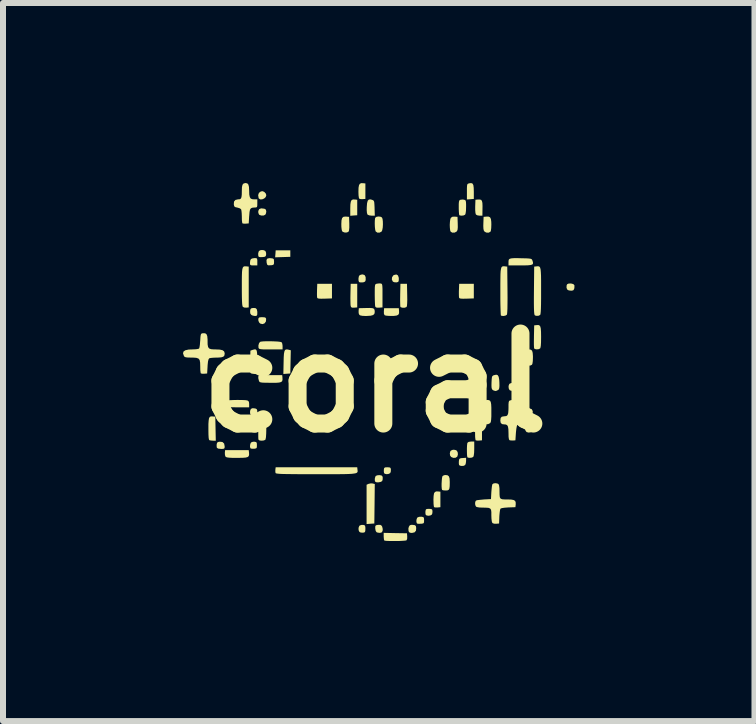
<source format=kicad_pcb>
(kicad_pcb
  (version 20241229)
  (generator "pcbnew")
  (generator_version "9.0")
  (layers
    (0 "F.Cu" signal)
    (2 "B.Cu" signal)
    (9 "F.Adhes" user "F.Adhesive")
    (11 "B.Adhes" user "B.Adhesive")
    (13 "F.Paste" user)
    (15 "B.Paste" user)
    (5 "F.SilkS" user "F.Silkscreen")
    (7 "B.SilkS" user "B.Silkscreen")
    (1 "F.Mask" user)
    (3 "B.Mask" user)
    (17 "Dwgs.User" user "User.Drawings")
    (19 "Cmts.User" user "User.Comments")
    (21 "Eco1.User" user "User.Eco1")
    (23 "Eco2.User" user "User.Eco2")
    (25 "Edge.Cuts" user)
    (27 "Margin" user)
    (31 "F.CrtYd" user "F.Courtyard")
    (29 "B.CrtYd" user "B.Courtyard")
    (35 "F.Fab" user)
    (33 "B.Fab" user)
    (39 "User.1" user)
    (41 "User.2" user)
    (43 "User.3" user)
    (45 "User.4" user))
  (footprint "coral"
    (layer "F.Cu")
    (at 3.195 3.33)
    (property "Reference" "coral" (at 0 0 0) (layer "F.SilkS") (effects (font (size 1.5 1.5) (thickness 0.3))))
    (attr board_only exclude_from_pos_files exclude_from_bom)
    (fp_poly (pts (xy -1.407 -2.154) (xy -1.407 -2.1) (xy -1.533 -2.096) (xy -1.66 -2.092) (xy -1.655 -2.15) (xy -1.651 -2.208) (xy -1.529 -2.208) (xy -1.407 -2.208)) (stroke (width 0) (type solid)) (fill yes) (layer "F.SilkS"))
    (fp_poly (pts (xy -0.035 1.677) (xy 0.000481 1.686) (xy -0.003 2.015) (xy -0.007 2.344) (xy -0.071 2.348) (xy -0.136 2.353) (xy -0.136 2.025) (xy -0.136 1.698) (xy -0.103 1.683) (xy -0.064 1.675)) (stroke (width 0) (type solid)) (fill yes) (layer "F.SilkS"))
    (fp_poly (pts (xy -0.33 -3.055) (xy -0.292 -3.051) (xy -0.292 -2.922) (xy -0.292 -2.793) (xy -0.35 -2.789) (xy -0.408 -2.784) (xy -0.408 -2.906) (xy -0.406 -2.974) (xy -0.399 -3.019) (xy -0.386 -3.045) (xy -0.363 -3.056)) (stroke (width 0) (type solid)) (fill yes) (layer "F.SilkS"))
    (fp_poly (pts (xy 2.599 0.702) (xy 2.628 0.727) (xy 2.636 0.759) (xy 2.627 0.801) (xy 2.599 0.824) (xy 2.566 0.829) (xy 2.53 0.82) (xy 2.512 0.796) (xy 2.502 0.754) (xy 2.51 0.718) (xy 2.532 0.697) (xy 2.549 0.693)) (stroke (width 0) (type solid)) (fill yes) (layer "F.SilkS"))
    (fp_poly (pts (xy -1.99 0.427) (xy -1.968 0.437) (xy -1.959 0.457) (xy -1.957 0.49) (xy -1.957 0.544) (xy -2.012 0.544) (xy -2.054 0.539) (xy -2.074 0.525) (xy -2.074 0.524) (xy -2.078 0.497) (xy -2.077 0.467) (xy -2.064 0.434) (xy -2.035 0.422)) (stroke (width 0) (type solid)) (fill yes) (layer "F.SilkS"))
    (fp_poly (pts (xy -1.841 -3.182) (xy -1.816 -3.155) (xy -1.807 -3.126) (xy -1.818 -3.095) (xy -1.843 -3.072) (xy -1.876 -3.058) (xy -1.908 -3.057) (xy -1.931 -3.072) (xy -1.935 -3.079) (xy -1.943 -3.128) (xy -1.93 -3.166) (xy -1.899 -3.189) (xy -1.871 -3.194)) (stroke (width 0) (type solid)) (fill yes) (layer "F.SilkS"))
    (fp_poly (pts (xy -1.452 -0.556) (xy -1.435 -0.552) (xy -1.399 -0.543) (xy -1.403 -0.35) (xy -1.407 -0.156) (xy -1.465 -0.152) (xy -1.523 -0.148) (xy -1.519 -0.341) (xy -1.517 -0.425) (xy -1.513 -0.485) (xy -1.505 -0.525) (xy -1.494 -0.548) (xy -1.476 -0.557)) (stroke (width 0) (type solid)) (fill yes) (layer "F.SilkS"))
    (fp_poly (pts (xy 1.359 1.123) (xy 1.381 1.152) (xy 1.386 1.19) (xy 1.376 1.228) (xy 1.348 1.248) (xy 1.309 1.25) (xy 1.274 1.236) (xy 1.256 1.212) (xy 1.251 1.176) (xy 1.259 1.142) (xy 1.267 1.131) (xy 1.292 1.118) (xy 1.318 1.114)) (stroke (width 0) (type solid)) (fill yes) (layer "F.SilkS"))
    (fp_poly (pts (xy -1.84 -2.902) (xy -1.815 -2.888) (xy -1.808 -2.858) (xy -1.807 -2.856) (xy -1.813 -2.823) (xy -1.824 -2.802) (xy -1.853 -2.788) (xy -1.891 -2.788) (xy -1.923 -2.8) (xy -1.929 -2.806) (xy -1.94 -2.833) (xy -1.941 -2.863) (xy -1.926 -2.895) (xy -1.893 -2.908)) (stroke (width 0) (type solid)) (fill yes) (layer "F.SilkS"))
    (fp_poly (pts (xy -0.713 -1.529) (xy -0.713 -1.407) (xy -0.833 -1.403) (xy -0.894 -1.402) (xy -0.932 -1.404) (xy -0.953 -1.41) (xy -0.959 -1.417) (xy -0.962 -1.439) (xy -0.963 -1.48) (xy -0.962 -1.532) (xy -0.962 -1.544) (xy -0.958 -1.651) (xy -0.836 -1.651) (xy -0.713 -1.651)) (stroke (width 0) (type solid)) (fill yes) (layer "F.SilkS"))
    (fp_poly (pts (xy -0.292 -1.454) (xy -0.292 -1.257) (xy -0.343 -1.253) (xy -0.377 -1.253) (xy -0.394 -1.262) (xy -0.401 -1.28) (xy -0.404 -1.305) (xy -0.405 -1.351) (xy -0.406 -1.412) (xy -0.405 -1.48) (xy -0.405 -1.481) (xy -0.401 -1.651) (xy -0.347 -1.651) (xy -0.292 -1.651)) (stroke (width 0) (type solid)) (fill yes) (layer "F.SilkS"))
    (fp_poly (pts (xy -0.194 -3.327) (xy -0.156 -3.323) (xy -0.156 -3.194) (xy -0.156 -3.065) (xy -0.197 -3.062) (xy -0.232 -3.062) (xy -0.255 -3.066) (xy -0.264 -3.083) (xy -0.27 -3.123) (xy -0.272 -3.186) (xy -0.27 -3.252) (xy -0.262 -3.295) (xy -0.247 -3.319) (xy -0.222 -3.328)) (stroke (width 0) (type solid)) (fill yes) (layer "F.SilkS"))
    (fp_poly (pts (xy 0.387 -1.79) (xy 0.4 -1.752) (xy 0.401 -1.731) (xy 0.399 -1.697) (xy 0.389 -1.681) (xy 0.365 -1.675) (xy 0.36 -1.674) (xy 0.325 -1.677) (xy 0.302 -1.687) (xy 0.285 -1.721) (xy 0.288 -1.758) (xy 0.308 -1.789) (xy 0.32 -1.797) (xy 0.36 -1.806)) (stroke (width 0) (type solid)) (fill yes) (layer "F.SilkS"))
    (fp_poly (pts (xy 1.651 -1.529) (xy 1.651 -1.407) (xy 1.532 -1.403) (xy 1.471 -1.402) (xy 1.432 -1.404) (xy 1.412 -1.41) (xy 1.406 -1.417) (xy 1.403 -1.439) (xy 1.402 -1.48) (xy 1.402 -1.532) (xy 1.403 -1.544) (xy 1.407 -1.651) (xy 1.529 -1.651) (xy 1.651 -1.651)) (stroke (width 0) (type solid)) (fill yes) (layer "F.SilkS"))
    (fp_poly (pts (xy 2.615 0.438) (xy 2.633 0.47) (xy 2.631 0.508) (xy 2.623 0.53) (xy 2.606 0.541) (xy 2.573 0.544) (xy 2.561 0.544) (xy 2.524 0.542) (xy 2.506 0.535) (xy 2.501 0.518) (xy 2.501 0.505) (xy 2.51 0.458) (xy 2.535 0.43) (xy 2.575 0.424)) (stroke (width 0) (type solid)) (fill yes) (layer "F.SilkS"))
    (fp_poly (pts (xy -2.527 0.43) (xy -2.51 0.439) (xy -2.504 0.464) (xy -2.503 0.474) (xy -2.505 0.513) (xy -2.524 0.535) (xy -2.563 0.543) (xy -2.579 0.543) (xy -2.617 0.537) (xy -2.632 0.522) (xy -2.634 0.493) (xy -2.628 0.464) (xy -2.615 0.44) (xy -2.594 0.43) (xy -2.561 0.428)) (stroke (width 0) (type solid)) (fill yes) (layer "F.SilkS"))
    (fp_poly (pts (xy -1.989 -1.246) (xy -1.967 -1.229) (xy -1.958 -1.192) (xy -1.957 -1.165) (xy -1.959 -1.132) (xy -1.969 -1.118) (xy -1.993 -1.114) (xy -1.995 -1.114) (xy -2.033 -1.121) (xy -2.057 -1.132) (xy -2.075 -1.158) (xy -2.077 -1.197) (xy -2.071 -1.229) (xy -2.055 -1.243) (xy -2.026 -1.248)) (stroke (width 0) (type solid)) (fill yes) (layer "F.SilkS"))
    (fp_poly (pts (xy -1.837 -1.092) (xy -1.818 -1.084) (xy -1.81 -1.067) (xy -1.81 -1.064) (xy -1.814 -1.022) (xy -1.836 -0.992) (xy -1.868 -0.979) (xy -1.904 -0.986) (xy -1.923 -1.001) (xy -1.938 -1.031) (xy -1.941 -1.058) (xy -1.936 -1.08) (xy -1.921 -1.091) (xy -1.891 -1.094) (xy -1.875 -1.094)) (stroke (width 0) (type solid)) (fill yes) (layer "F.SilkS"))
    (fp_poly (pts (xy 0.405 -1.198) (xy 0.405 -1.159) (xy 0.392 -1.134) (xy 0.363 -1.121) (xy 0.313 -1.115) (xy 0.28 -1.115) (xy 0.23 -1.116) (xy 0.189 -1.12) (xy 0.166 -1.126) (xy 0.166 -1.126) (xy 0.153 -1.149) (xy 0.152 -1.191) (xy 0.156 -1.244) (xy 0.279 -1.244) (xy 0.401 -1.244)) (stroke (width 0) (type solid)) (fill yes) (layer "F.SilkS"))
    (fp_poly (pts (xy 1.629 -3.321) (xy 1.643 -3.296) (xy 1.649 -3.252) (xy 1.651 -3.185) (xy 1.651 -3.065) (xy 1.593 -3.06) (xy 1.536 -3.056) (xy 1.536 -3.186) (xy 1.536 -3.246) (xy 1.538 -3.284) (xy 1.542 -3.306) (xy 1.551 -3.317) (xy 1.566 -3.323) (xy 1.572 -3.325) (xy 1.606 -3.329)) (stroke (width 0) (type solid)) (fill yes) (layer "F.SilkS"))
    (fp_poly (pts (xy 2.348 0.065) (xy 2.345 0.104) (xy 2.336 0.123) (xy 2.319 0.131) (xy 2.303 0.133) (xy 2.269 0.131) (xy 2.246 0.12) (xy 2.232 0.09) (xy 2.23 0.052) (xy 2.242 0.02) (xy 2.245 0.016) (xy 2.269 0.005) (xy 2.305 0.00001) (xy 2.307 0) (xy 2.353 0)) (stroke (width 0) (type solid)) (fill yes) (layer "F.SilkS"))
    (fp_poly (pts (xy 3.309 -1.646) (xy 3.328 -1.625) (xy 3.327 -1.586) (xy 3.324 -1.569) (xy 3.312 -1.545) (xy 3.287 -1.536) (xy 3.271 -1.536) (xy 3.235 -1.54) (xy 3.21 -1.552) (xy 3.21 -1.552) (xy 3.196 -1.583) (xy 3.197 -1.621) (xy 3.205 -1.642) (xy 3.228 -1.654) (xy 3.27 -1.656)) (stroke (width 0) (type solid)) (fill yes) (layer "F.SilkS"))
    (fp_poly (pts (xy -2.538 0.986) (xy -2.51 1.012) (xy -2.501 1.059) (xy -2.501 1.063) (xy -2.503 1.086) (xy -2.513 1.097) (xy -2.541 1.101) (xy -2.562 1.101) (xy -2.609 1.096) (xy -2.63 1.083) (xy -2.631 1.082) (xy -2.635 1.054) (xy -2.634 1.024) (xy -2.627 0.997) (xy -2.608 0.985) (xy -2.583 0.981)) (stroke (width 0) (type solid)) (fill yes) (layer "F.SilkS"))
    (fp_poly (pts (xy -1.974 -2.078) (xy -1.961 -2.068) (xy -1.957 -2.044) (xy -1.957 -2.018) (xy -1.957 -1.957) (xy -2.018 -1.957) (xy -2.056 -1.958) (xy -2.074 -1.965) (xy -2.079 -1.983) (xy -2.079 -2.002) (xy -2.075 -2.038) (xy -2.063 -2.063) (xy -2.063 -2.063) (xy -2.039 -2.074) (xy -2.003 -2.079) (xy -2.002 -2.079)) (stroke (width 0) (type solid)) (fill yes) (layer "F.SilkS"))
    (fp_poly (pts (xy -1.731 -2.077) (xy -1.697 -2.072) (xy -1.682 -2.061) (xy -1.679 -2.035) (xy -1.678 -2.018) (xy -1.68 -1.984) (xy -1.689 -1.968) (xy -1.713 -1.961) (xy -1.735 -1.96) (xy -1.772 -1.958) (xy -1.79 -1.966) (xy -1.798 -1.988) (xy -1.802 -2.005) (xy -1.804 -2.047) (xy -1.791 -2.07) (xy -1.757 -2.078)) (stroke (width 0) (type solid)) (fill yes) (layer "F.SilkS"))
    (fp_poly (pts (xy -0.171 2.372) (xy -0.16 2.386) (xy -0.156 2.415) (xy -0.156 2.432) (xy -0.158 2.469) (xy -0.165 2.488) (xy -0.184 2.495) (xy -0.197 2.497) (xy -0.232 2.495) (xy -0.255 2.485) (xy -0.269 2.455) (xy -0.27 2.417) (xy -0.258 2.385) (xy -0.252 2.379) (xy -0.225 2.368) (xy -0.194 2.367)) (stroke (width 0) (type solid)) (fill yes) (layer "F.SilkS"))
    (fp_poly (pts (xy -0.169 -1.796) (xy -0.152 -1.764) (xy -0.151 -1.712) (xy -0.152 -1.71) (xy -0.161 -1.688) (xy -0.184 -1.677) (xy -0.204 -1.674) (xy -0.239 -1.674) (xy -0.261 -1.679) (xy -0.262 -1.68) (xy -0.27 -1.703) (xy -0.271 -1.739) (xy -0.265 -1.773) (xy -0.255 -1.791) (xy -0.23 -1.803) (xy -0.201 -1.807)) (stroke (width 0) (type solid)) (fill yes) (layer "F.SilkS"))
    (fp_poly (pts (xy 0.084 1.538) (xy 0.116 1.545) (xy 0.13 1.562) (xy 0.133 1.581) (xy 0.131 1.616) (xy 0.122 1.638) (xy 0.098 1.651) (xy 0.063 1.658) (xy 0.028 1.657) (xy 0.009 1.649) (xy 0.000456 1.625) (xy 0.002 1.59) (xy 0.012 1.559) (xy 0.019 1.55) (xy 0.046 1.54) (xy 0.083 1.538)) (stroke (width 0) (type solid)) (fill yes) (layer "F.SilkS"))
    (fp_poly (pts (xy 0.246 1.409) (xy 0.263 1.418) (xy 0.269 1.441) (xy 0.269 1.445) (xy 0.267 1.48) (xy 0.258 1.503) (xy 0.233 1.517) (xy 0.2 1.522) (xy 0.169 1.516) (xy 0.155 1.503) (xy 0.151 1.476) (xy 0.152 1.445) (xy 0.157 1.42) (xy 0.172 1.409) (xy 0.204 1.407) (xy 0.211 1.407)) (stroke (width 0) (type solid)) (fill yes) (layer "F.SilkS"))
    (fp_poly (pts (xy 0.635 2.367) (xy 0.669 2.372) (xy 0.685 2.386) (xy 0.69 2.415) (xy 0.691 2.417) (xy 0.687 2.463) (xy 0.664 2.491) (xy 0.621 2.501) (xy 0.617 2.501) (xy 0.584 2.497) (xy 0.568 2.481) (xy 0.563 2.466) (xy 0.561 2.426) (xy 0.569 2.397) (xy 0.584 2.374) (xy 0.607 2.366)) (stroke (width 0) (type solid)) (fill yes) (layer "F.SilkS"))
    (fp_poly (pts (xy 0.939 2.102) (xy 0.956 2.111) (xy 0.962 2.134) (xy 0.962 2.138) (xy 0.96 2.173) (xy 0.951 2.196) (xy 0.926 2.21) (xy 0.893 2.215) (xy 0.862 2.209) (xy 0.848 2.196) (xy 0.844 2.169) (xy 0.845 2.138) (xy 0.851 2.113) (xy 0.865 2.102) (xy 0.898 2.1) (xy 0.904 2.1)) (stroke (width 0) (type solid)) (fill yes) (layer "F.SilkS"))
    (fp_poly (pts (xy 1.056 1.81) (xy 1.094 1.814) (xy 1.094 1.943) (xy 1.094 2.072) (xy 1.046 2.077) (xy 1.011 2.077) (xy 0.99 2.072) (xy 0.988 2.071) (xy 0.984 2.054) (xy 0.98 2.016) (xy 0.979 1.966) (xy 0.978 1.95) (xy 0.981 1.884) (xy 0.988 1.841) (xy 1.004 1.818) (xy 1.029 1.809)) (stroke (width 0) (type solid)) (fill yes) (layer "F.SilkS"))
    (fp_poly (pts (xy 1.522 1.301) (xy 1.518 1.339) (xy 1.508 1.367) (xy 1.506 1.37) (xy 1.48 1.383) (xy 1.446 1.385) (xy 1.417 1.379) (xy 1.405 1.367) (xy 1.401 1.341) (xy 1.402 1.304) (xy 1.402 1.303) (xy 1.407 1.274) (xy 1.42 1.26) (xy 1.448 1.254) (xy 1.464 1.253) (xy 1.522 1.249)) (stroke (width 0) (type solid)) (fill yes) (layer "F.SilkS"))
    (fp_poly (pts (xy 1.749 0.696) (xy 1.787 0.7) (xy 1.787 0.829) (xy 1.787 0.958) (xy 1.739 0.962) (xy 1.704 0.962) (xy 1.683 0.958) (xy 1.681 0.956) (xy 1.677 0.939) (xy 1.673 0.902) (xy 1.672 0.852) (xy 1.672 0.835) (xy 1.674 0.77) (xy 1.681 0.727) (xy 1.697 0.703) (xy 1.722 0.695)) (stroke (width 0) (type solid)) (fill yes) (layer "F.SilkS"))
    (fp_poly (pts (xy 1.773 -3.049) (xy 1.786 -3.031) (xy 1.794 -2.998) (xy 1.796 -2.946) (xy 1.795 -2.878) (xy 1.794 -2.786) (xy 1.748 -2.786) (xy 1.712 -2.791) (xy 1.687 -2.804) (xy 1.686 -2.805) (xy 1.678 -2.831) (xy 1.674 -2.88) (xy 1.674 -2.938) (xy 1.678 -3.051) (xy 1.719 -3.055) (xy 1.751 -3.055)) (stroke (width 0) (type solid)) (fill yes) (layer "F.SilkS"))
    (fp_poly (pts (xy -1.977 0.987) (xy -1.966 1.001) (xy -1.964 1.034) (xy -1.964 1.04) (xy -1.965 1.075) (xy -1.975 1.091) (xy -1.999 1.097) (xy -2.012 1.098) (xy -2.046 1.098) (xy -2.068 1.093) (xy -2.07 1.092) (xy -2.079 1.068) (xy -2.077 1.033) (xy -2.067 1.002) (xy -2.06 0.993) (xy -2.032 0.982) (xy -2.002 0.981)) (stroke (width 0) (type solid)) (fill yes) (layer "F.SilkS"))
    (fp_poly (pts (xy -1.828 -2.201) (xy -1.822 -2.196) (xy -1.811 -2.168) (xy -1.81 -2.138) (xy -1.816 -2.113) (xy -1.832 -2.101) (xy -1.866 -2.096) (xy -1.869 -2.096) (xy -1.906 -2.095) (xy -1.93 -2.099) (xy -1.934 -2.101) (xy -1.942 -2.125) (xy -1.942 -2.16) (xy -1.933 -2.191) (xy -1.927 -2.199) (xy -1.898 -2.213) (xy -1.86 -2.213)) (stroke (width 0) (type solid)) (fill yes) (layer "F.SilkS"))
    (fp_poly (pts (xy -0.473 -2.77) (xy -0.428 -2.766) (xy -0.424 -2.652) (xy -0.424 -2.585) (xy -0.429 -2.539) (xy -0.436 -2.52) (xy -0.463 -2.506) (xy -0.499 -2.505) (xy -0.532 -2.516) (xy -0.545 -2.53) (xy -0.551 -2.555) (xy -0.556 -2.598) (xy -0.557 -2.648) (xy -0.554 -2.708) (xy -0.544 -2.746) (xy -0.524 -2.766) (xy -0.491 -2.771)) (stroke (width 0) (type solid)) (fill yes) (layer "F.SilkS"))
    (fp_poly (pts (xy 0.093 2.367) (xy 0.113 2.379) (xy 0.124 2.397) (xy 0.133 2.436) (xy 0.131 2.466) (xy 0.117 2.492) (xy 0.088 2.5) (xy 0.085 2.5) (xy 0.05 2.496) (xy 0.029 2.488) (xy 0.016 2.468) (xy 0.009 2.433) (xy 0.008 2.424) (xy 0.009 2.39) (xy 0.019 2.374) (xy 0.045 2.368) (xy 0.058 2.367)) (stroke (width 0) (type solid)) (fill yes) (layer "F.SilkS"))
    (fp_poly (pts (xy 1.379 -2.766) (xy 1.383 -2.655) (xy 1.384 -2.595) (xy 1.381 -2.557) (xy 1.373 -2.533) (xy 1.365 -2.522) (xy 1.332 -2.504) (xy 1.294 -2.503) (xy 1.267 -2.517) (xy 1.257 -2.54) (xy 1.252 -2.582) (xy 1.25 -2.632) (xy 1.253 -2.683) (xy 1.259 -2.726) (xy 1.268 -2.75) (xy 1.294 -2.768) (xy 1.332 -2.77)) (stroke (width 0) (type solid)) (fill yes) (layer "F.SilkS"))
    (fp_poly (pts (xy 1.897 -2.77) (xy 1.922 -2.758) (xy 1.936 -2.73) (xy 1.942 -2.683) (xy 1.943 -2.638) (xy 1.941 -2.579) (xy 1.935 -2.536) (xy 1.927 -2.517) (xy 1.895 -2.502) (xy 1.857 -2.505) (xy 1.828 -2.522) (xy 1.817 -2.54) (xy 1.811 -2.569) (xy 1.809 -2.614) (xy 1.81 -2.655) (xy 1.814 -2.766) (xy 1.859 -2.77)) (stroke (width 0) (type solid)) (fill yes) (layer "F.SilkS"))
    (fp_poly (pts (xy 0.343 2.504) (xy 0.537 2.507) (xy 0.541 2.56) (xy 0.54 2.602) (xy 0.528 2.625) (xy 0.508 2.629) (xy 0.468 2.632) (xy 0.414 2.635) (xy 0.353 2.636) (xy 0.291 2.636) (xy 0.235 2.635) (xy 0.19 2.633) (xy 0.163 2.629) (xy 0.159 2.627) (xy 0.153 2.609) (xy 0.15 2.575) (xy 0.149 2.559) (xy 0.149 2.5)) (stroke (width 0) (type solid)) (fill yes) (layer "F.SilkS"))
    (fp_poly (pts (xy 0.541 -1.462) (xy 0.542 -1.381) (xy 0.54 -1.323) (xy 0.537 -1.286) (xy 0.531 -1.266) (xy 0.527 -1.262) (xy 0.498 -1.252) (xy 0.463 -1.252) (xy 0.436 -1.259) (xy 0.427 -1.268) (xy 0.425 -1.288) (xy 0.424 -1.329) (xy 0.423 -1.386) (xy 0.424 -1.453) (xy 0.424 -1.468) (xy 0.428 -1.651) (xy 0.482 -1.651) (xy 0.537 -1.651)) (stroke (width 0) (type solid)) (fill yes) (layer "F.SilkS"))
    (fp_poly (pts (xy 0.777 2.231) (xy 0.806 2.236) (xy 0.819 2.249) (xy 0.822 2.278) (xy 0.822 2.29) (xy 0.821 2.325) (xy 0.811 2.341) (xy 0.786 2.347) (xy 0.767 2.348) (xy 0.73 2.349) (xy 0.706 2.345) (xy 0.703 2.343) (xy 0.694 2.318) (xy 0.695 2.283) (xy 0.705 2.252) (xy 0.713 2.243) (xy 0.739 2.233) (xy 0.776 2.231)) (stroke (width 0) (type solid)) (fill yes) (layer "F.SilkS"))
    (fp_poly (pts (xy -2.695 0.56) (xy -2.657 0.564) (xy -2.653 0.764) (xy -2.649 0.965) (xy -2.694 0.964) (xy -2.73 0.961) (xy -2.755 0.956) (xy -2.755 0.956) (xy -2.763 0.944) (xy -2.768 0.915) (xy -2.771 0.864) (xy -2.772 0.79) (xy -2.772 0.768) (xy -2.772 0.687) (xy -2.768 0.629) (xy -2.762 0.591) (xy -2.75 0.569) (xy -2.731 0.559) (xy -2.705 0.559)) (stroke (width 0) (type solid)) (fill yes) (layer "F.SilkS"))
    (fp_poly (pts (xy -2.095 1.166) (xy -2.094 1.198) (xy -2.1 1.221) (xy -2.117 1.236) (xy -2.15 1.245) (xy -2.2 1.249) (xy -2.273 1.25) (xy -2.297 1.25) (xy -2.373 1.25) (xy -2.427 1.247) (xy -2.462 1.242) (xy -2.481 1.235) (xy -2.486 1.231) (xy -2.496 1.204) (xy -2.498 1.167) (xy -2.498 1.166) (xy -2.494 1.121) (xy -2.297 1.121) (xy -2.1 1.121)) (stroke (width 0) (type solid)) (fill yes) (layer "F.SilkS"))
    (fp_poly (pts (xy -1.972 -0.546) (xy -1.964 -0.52) (xy -1.959 -0.476) (xy -1.957 -0.409) (xy -1.957 -0.347) (xy -1.957 -0.149) (xy -2.012 -0.149) (xy -2.051 -0.154) (xy -2.072 -0.165) (xy -2.073 -0.167) (xy -2.076 -0.187) (xy -2.077 -0.228) (xy -2.077 -0.285) (xy -2.077 -0.351) (xy -2.076 -0.361) (xy -2.072 -0.536) (xy -2.037 -0.549) (xy -2.008 -0.557) (xy -1.987 -0.558)) (stroke (width 0) (type solid)) (fill yes) (layer "F.SilkS"))
    (fp_poly (pts (xy -0.045 -3.05) (xy -0.027 -3.043) (xy -0.016 -3.032) (xy -0.009 -3.013) (xy -0.006 -2.979) (xy -0.003 -2.924) (xy -0.003 -2.911) (xy 0.001 -2.786) (xy -0.052 -2.786) (xy -0.091 -2.791) (xy -0.118 -2.802) (xy -0.121 -2.805) (xy -0.13 -2.831) (xy -0.134 -2.879) (xy -0.133 -2.929) (xy -0.128 -2.994) (xy -0.117 -3.035) (xy -0.098 -3.055) (xy -0.069 -3.057)) (stroke (width 0) (type solid)) (fill yes) (layer "F.SilkS"))
    (fp_poly (pts (xy -0.038 -1.245) (xy -0.014 -1.235) (xy -0.003 -1.215) (xy -0.000264 -1.185) (xy -0.000209 -1.179) (xy -0.006 -1.15) (xy -0.027 -1.13) (xy -0.067 -1.119) (xy -0.129 -1.115) (xy -0.147 -1.114) (xy -0.208 -1.117) (xy -0.245 -1.125) (xy -0.257 -1.134) (xy -0.268 -1.16) (xy -0.269 -1.197) (xy -0.269 -1.198) (xy -0.265 -1.244) (xy -0.144 -1.247) (xy -0.08 -1.248)) (stroke (width 0) (type solid)) (fill yes) (layer "F.SilkS"))
    (fp_poly (pts (xy 1.658 1.098) (xy 1.656 1.164) (xy 1.65 1.211) (xy 1.642 1.234) (xy 1.642 1.234) (xy 1.617 1.246) (xy 1.582 1.25) (xy 1.553 1.246) (xy 1.545 1.241) (xy 1.54 1.224) (xy 1.537 1.187) (xy 1.536 1.139) (xy 1.536 1.088) (xy 1.538 1.042) (xy 1.542 1.009) (xy 1.544 1) (xy 1.564 0.984) (xy 1.605 0.978) (xy 1.658 0.978)) (stroke (width 0) (type solid)) (fill yes) (layer "F.SilkS"))
    (fp_poly (pts (xy 2.603 -0.552) (xy 2.622 -0.535) (xy 2.632 -0.5) (xy 2.636 -0.445) (xy 2.636 -0.421) (xy 2.634 -0.363) (xy 2.628 -0.321) (xy 2.62 -0.302) (xy 2.594 -0.289) (xy 2.558 -0.286) (xy 2.526 -0.292) (xy 2.509 -0.307) (xy 2.505 -0.331) (xy 2.502 -0.373) (xy 2.501 -0.421) (xy 2.505 -0.487) (xy 2.517 -0.529) (xy 2.541 -0.551) (xy 2.574 -0.557)) (stroke (width 0) (type solid)) (fill yes) (layer "F.SilkS"))
    (fp_poly (pts (xy 0.094 -2.769) (xy 0.12 -2.756) (xy 0.13 -2.731) (xy 0.135 -2.689) (xy 0.136 -2.638) (xy 0.133 -2.587) (xy 0.125 -2.545) (xy 0.115 -2.522) (xy 0.082 -2.504) (xy 0.046 -2.503) (xy 0.018 -2.521) (xy 0.014 -2.527) (xy 0.007 -2.555) (xy 0.002 -2.599) (xy 0.000119 -2.652) (xy 0.001 -2.702) (xy 0.005 -2.741) (xy 0.008 -2.751) (xy 0.027 -2.766) (xy 0.059 -2.772)) (stroke (width 0) (type solid)) (fill yes) (layer "F.SilkS"))
    (fp_poly (pts (xy -2.138 -1.941) (xy -2.1 -1.937) (xy -2.1 -1.597) (xy -2.1 -1.257) (xy -2.141 -1.253) (xy -2.175 -1.255) (xy -2.198 -1.266) (xy -2.204 -1.28) (xy -2.209 -1.31) (xy -2.212 -1.358) (xy -2.214 -1.427) (xy -2.215 -1.519) (xy -2.215 -1.598) (xy -2.215 -1.705) (xy -2.214 -1.787) (xy -2.212 -1.848) (xy -2.207 -1.892) (xy -2.199 -1.92) (xy -2.188 -1.935) (xy -2.173 -1.942) (xy -2.153 -1.942)) (stroke (width 0) (type solid)) (fill yes) (layer "F.SilkS"))
    (fp_poly (pts (xy 2.499 -0.16) (xy 2.499 -0.106) (xy 2.496 -0.061) (xy 2.491 -0.034) (xy 2.489 -0.03) (xy 2.469 -0.016) (xy 2.435 -0.006) (xy 2.43 -0.005) (xy 2.395 -0.003) (xy 2.378 -0.012) (xy 2.373 -0.02) (xy 2.367 -0.051) (xy 2.365 -0.096) (xy 2.365 -0.147) (xy 2.368 -0.197) (xy 2.374 -0.236) (xy 2.381 -0.255) (xy 2.405 -0.266) (xy 2.442 -0.272) (xy 2.447 -0.272) (xy 2.497 -0.272)) (stroke (width 0) (type solid)) (fill yes) (layer "F.SilkS"))
    (fp_poly (pts (xy -2.212 0.286) (xy -2.159 0.288) (xy -2.124 0.293) (xy -2.105 0.304) (xy -2.096 0.322) (xy -2.093 0.348) (xy -2.093 0.368) (xy -2.093 0.408) (xy -2.288 0.408) (xy -2.358 0.407) (xy -2.418 0.405) (xy -2.463 0.403) (xy -2.488 0.4) (xy -2.492 0.399) (xy -2.5 0.375) (xy -2.499 0.341) (xy -2.49 0.31) (xy -2.484 0.302) (xy -2.463 0.294) (xy -2.416 0.289) (xy -2.344 0.286) (xy -2.289 0.285)) (stroke (width 0) (type solid)) (fill yes) (layer "F.SilkS"))
    (fp_poly (pts (xy 1.215 1.541) (xy 1.236 1.559) (xy 1.247 1.594) (xy 1.25 1.651) (xy 1.25 1.66) (xy 1.249 1.721) (xy 1.244 1.76) (xy 1.233 1.782) (xy 1.213 1.792) (xy 1.183 1.794) (xy 1.148 1.792) (xy 1.125 1.786) (xy 1.123 1.785) (xy 1.117 1.765) (xy 1.114 1.727) (xy 1.114 1.679) (xy 1.117 1.628) (xy 1.121 1.585) (xy 1.128 1.557) (xy 1.131 1.552) (xy 1.156 1.539) (xy 1.182 1.536)) (stroke (width 0) (type solid)) (fill yes) (layer "F.SilkS"))
    (fp_poly (pts (xy 2.049 -0.128) (xy 2.065 -0.101) (xy 2.074 -0.053) (xy 2.077 -0.006) (xy 2.078 0.051) (xy 2.075 0.086) (xy 2.068 0.107) (xy 2.057 0.119) (xy 2.027 0.133) (xy 2.011 0.136) (xy 1.983 0.128) (xy 1.966 0.119) (xy 1.954 0.105) (xy 1.947 0.083) (xy 1.945 0.046) (xy 1.946 -0.007) (xy 1.949 -0.061) (xy 1.953 -0.094) (xy 1.96 -0.112) (xy 1.974 -0.123) (xy 1.988 -0.128) (xy 2.025 -0.136)) (stroke (width 0) (type solid)) (fill yes) (layer "F.SilkS"))
    (fp_poly (pts (xy 2.388 -2.078) (xy 2.453 -2.076) (xy 2.521 -2.075) (xy 2.568 -2.072) (xy 2.597 -2.068) (xy 2.613 -2.062) (xy 2.622 -2.051) (xy 2.628 -2.037) (xy 2.637 -2.008) (xy 2.637 -1.987) (xy 2.626 -1.972) (xy 2.599 -1.964) (xy 2.555 -1.959) (xy 2.489 -1.957) (xy 2.426 -1.957) (xy 2.229 -1.957) (xy 2.229 -2.011) (xy 2.23 -2.037) (xy 2.236 -2.056) (xy 2.251 -2.068) (xy 2.279 -2.075) (xy 2.323 -2.078)) (stroke (width 0) (type solid)) (fill yes) (layer "F.SilkS"))
    (fp_poly (pts (xy 2.745 -0.957) (xy 2.759 -0.938) (xy 2.767 -0.904) (xy 2.771 -0.85) (xy 2.772 -0.774) (xy 2.772 -0.762) (xy 2.771 -0.675) (xy 2.767 -0.615) (xy 2.76 -0.581) (xy 2.756 -0.574) (xy 2.731 -0.561) (xy 2.697 -0.558) (xy 2.668 -0.564) (xy 2.656 -0.575) (xy 2.654 -0.594) (xy 2.652 -0.636) (xy 2.652 -0.693) (xy 2.653 -0.76) (xy 2.653 -0.775) (xy 2.657 -0.958) (xy 2.695 -0.962) (xy 2.725 -0.964)) (stroke (width 0) (type solid)) (fill yes) (layer "F.SilkS"))
    (fp_poly (pts (xy -1.837 0.565) (xy -1.822 0.582) (xy -1.813 0.614) (xy -1.809 0.665) (xy -1.808 0.738) (xy -1.807 0.76) (xy -1.809 0.847) (xy -1.813 0.907) (xy -1.82 0.941) (xy -1.824 0.949) (xy -1.848 0.96) (xy -1.883 0.964) (xy -1.916 0.961) (xy -1.936 0.949) (xy -1.937 0.947) (xy -1.94 0.928) (xy -1.941 0.887) (xy -1.941 0.829) (xy -1.941 0.762) (xy -1.94 0.747) (xy -1.937 0.564) (xy -1.892 0.56) (xy -1.86 0.558)) (stroke (width 0) (type solid)) (fill yes) (layer "F.SilkS"))
    (fp_poly (pts (xy 1.489 -3.052) (xy 1.505 -3.046) (xy 1.515 -3.036) (xy 1.52 -3.014) (xy 1.522 -2.975) (xy 1.522 -2.931) (xy 1.52 -2.868) (xy 1.514 -2.824) (xy 1.506 -2.802) (xy 1.481 -2.79) (xy 1.446 -2.786) (xy 1.417 -2.79) (xy 1.409 -2.795) (xy 1.405 -2.812) (xy 1.402 -2.849) (xy 1.4 -2.9) (xy 1.4 -2.923) (xy 1.4 -2.981) (xy 1.403 -3.017) (xy 1.409 -3.037) (xy 1.419 -3.048) (xy 1.428 -3.051) (xy 1.464 -3.055)) (stroke (width 0) (type solid)) (fill yes) (layer "F.SilkS"))
    (fp_poly (pts (xy -1.731 -0.693) (xy -1.67 -0.691) (xy -1.615 -0.688) (xy -1.574 -0.683) (xy -1.553 -0.677) (xy -1.552 -0.677) (xy -1.541 -0.653) (xy -1.536 -0.616) (xy -1.536 -0.609) (xy -1.536 -0.557) (xy -1.732 -0.557) (xy -1.809 -0.557) (xy -1.863 -0.558) (xy -1.898 -0.561) (xy -1.919 -0.565) (xy -1.93 -0.572) (xy -1.936 -0.582) (xy -1.937 -0.584) (xy -1.939 -0.622) (xy -1.929 -0.659) (xy -1.911 -0.683) (xy -1.889 -0.688) (xy -1.847 -0.692) (xy -1.793 -0.693)) (stroke (width 0) (type solid)) (fill yes) (layer "F.SilkS"))
    (fp_poly (pts (xy -1.538 -0.084) (xy -1.537 -0.052) (xy -1.543 -0.029) (xy -1.56 -0.014) (xy -1.592 -0.005) (xy -1.642 -0.001) (xy -1.715 -0.001) (xy -1.743 -0.001) (xy -1.814 -0.002) (xy -1.864 -0.003) (xy -1.895 -0.007) (xy -1.914 -0.012) (xy -1.924 -0.021) (xy -1.93 -0.034) (xy -1.931 -0.038) (xy -1.94 -0.075) (xy -1.941 -0.101) (xy -1.938 -0.112) (xy -1.93 -0.12) (xy -1.913 -0.125) (xy -1.883 -0.127) (xy -1.835 -0.129) (xy -1.766 -0.129) (xy -1.74 -0.129) (xy -1.542 -0.129)) (stroke (width 0) (type solid)) (fill yes) (layer "F.SilkS"))
    (fp_poly (pts (xy 1.902 0.288) (xy 1.921 0.298) (xy 1.933 0.319) (xy 1.94 0.356) (xy 1.943 0.412) (xy 1.943 0.484) (xy 1.943 0.558) (xy 1.94 0.61) (xy 1.936 0.643) (xy 1.928 0.664) (xy 1.922 0.672) (xy 1.887 0.689) (xy 1.843 0.69) (xy 1.824 0.684) (xy 1.817 0.668) (xy 1.812 0.631) (xy 1.808 0.58) (xy 1.807 0.519) (xy 1.807 0.456) (xy 1.809 0.397) (xy 1.813 0.347) (xy 1.819 0.313) (xy 1.824 0.302) (xy 1.849 0.289) (xy 1.875 0.285)) (stroke (width 0) (type solid)) (fill yes) (layer "F.SilkS"))
    (fp_poly (pts (xy 0.097 -1.656) (xy 0.11 -1.653) (xy 0.118 -1.647) (xy 0.124 -1.633) (xy 0.127 -1.607) (xy 0.129 -1.565) (xy 0.129 -1.502) (xy 0.129 -1.454) (xy 0.129 -1.257) (xy 0.073 -1.253) (xy 0.033 -1.253) (xy 0.013 -1.263) (xy 0.009 -1.271) (xy 0.005 -1.293) (xy 0.003 -1.335) (xy 0.001 -1.393) (xy 0.000008 -1.461) (xy 0 -1.469) (xy 0.000159 -1.54) (xy 0.001 -1.589) (xy 0.004 -1.621) (xy 0.009 -1.638) (xy 0.018 -1.647) (xy 0.03 -1.651) (xy 0.033 -1.652) (xy 0.073 -1.657)) (stroke (width 0) (type solid)) (fill yes) (layer "F.SilkS"))
    (fp_poly (pts (xy 2.17 -1.941) (xy 2.208 -1.937) (xy 2.212 -1.544) (xy 2.213 -1.416) (xy 2.212 -1.314) (xy 2.211 -1.236) (xy 2.208 -1.181) (xy 2.205 -1.147) (xy 2.2 -1.133) (xy 2.176 -1.12) (xy 2.142 -1.114) (xy 2.111 -1.118) (xy 2.102 -1.123) (xy 2.1 -1.139) (xy 2.098 -1.178) (xy 2.096 -1.237) (xy 2.094 -1.313) (xy 2.093 -1.402) (xy 2.093 -1.501) (xy 2.093 -1.523) (xy 2.093 -1.642) (xy 2.094 -1.736) (xy 2.095 -1.809) (xy 2.098 -1.862) (xy 2.104 -1.9) (xy 2.111 -1.924) (xy 2.122 -1.937) (xy 2.137 -1.942) (xy 2.155 -1.943)) (stroke (width 0) (type solid)) (fill yes) (layer "F.SilkS"))
    (fp_poly (pts (xy 2.734 -1.941) (xy 2.747 -1.934) (xy 2.757 -1.917) (xy 2.764 -1.888) (xy 2.768 -1.845) (xy 2.771 -1.785) (xy 2.772 -1.705) (xy 2.772 -1.601) (xy 2.772 -1.53) (xy 2.772 -1.407) (xy 2.771 -1.309) (xy 2.769 -1.235) (xy 2.766 -1.182) (xy 2.762 -1.148) (xy 2.757 -1.132) (xy 2.756 -1.131) (xy 2.726 -1.117) (xy 2.688 -1.117) (xy 2.667 -1.126) (xy 2.662 -1.135) (xy 2.658 -1.157) (xy 2.655 -1.194) (xy 2.653 -1.248) (xy 2.652 -1.323) (xy 2.652 -1.42) (xy 2.653 -1.537) (xy 2.657 -1.937) (xy 2.695 -1.941) (xy 2.717 -1.943)) (stroke (width 0) (type solid)) (fill yes) (layer "F.SilkS"))
    (fp_poly (pts (xy -0.288 1.445) (xy -0.286 1.462) (xy -0.285 1.476) (xy -0.289 1.488) (xy -0.298 1.498) (xy -0.316 1.506) (xy -0.343 1.511) (xy -0.383 1.516) (xy -0.438 1.519) (xy -0.51 1.521) (xy -0.6 1.522) (xy -0.711 1.522) (xy -0.846 1.522) (xy -0.981 1.522) (xy -1.135 1.522) (xy -1.265 1.522) (xy -1.371 1.521) (xy -1.457 1.52) (xy -1.524 1.519) (xy -1.574 1.517) (xy -1.61 1.514) (xy -1.634 1.511) (xy -1.647 1.507) (xy -1.653 1.503) (xy -1.653 1.503) (xy -1.657 1.476) (xy -1.656 1.445) (xy -1.651 1.407) (xy -0.972 1.407) (xy -0.292 1.407)) (stroke (width 0) (type solid)) (fill yes) (layer "F.SilkS"))
    (fp_poly (pts (xy 2.322 0.288) (xy 2.337 0.307) (xy 2.346 0.344) (xy 2.351 0.404) (xy 2.351 0.411) (xy 2.356 0.466) (xy 2.362 0.51) (xy 2.369 0.538) (xy 2.371 0.542) (xy 2.393 0.552) (xy 2.429 0.559) (xy 2.439 0.56) (xy 2.494 0.564) (xy 2.494 0.625) (xy 2.494 0.686) (xy 2.439 0.691) (xy 2.402 0.696) (xy 2.376 0.705) (xy 2.373 0.707) (xy 2.367 0.725) (xy 2.36 0.763) (xy 2.354 0.815) (xy 2.352 0.838) (xy 2.344 0.958) (xy 2.304 0.961) (xy 2.269 0.96) (xy 2.246 0.956) (xy 2.236 0.94) (xy 2.23 0.899) (xy 2.229 0.837) (xy 2.227 0.772) (xy 2.22 0.729) (xy 2.206 0.705) (xy 2.183 0.694) (xy 2.166 0.693) (xy 2.123 0.688) (xy 2.1 0.669) (xy 2.093 0.633) (xy 2.093 0.625) (xy 2.098 0.585) (xy 2.118 0.564) (xy 2.158 0.557) (xy 2.166 0.557) (xy 2.194 0.553) (xy 2.213 0.537) (xy 2.224 0.505) (xy 2.228 0.452) (xy 2.229 0.412) (xy 2.229 0.357) (xy 2.232 0.323) (xy 2.238 0.304) (xy 2.249 0.295) (xy 2.262 0.291) (xy 2.298 0.284)) (stroke (width 0) (type solid)) (fill yes) (layer "F.SilkS"))
    (fp_poly (pts (xy -2.124 -3.324) (xy -2.106 -3.304) (xy -2.096 -3.265) (xy -2.093 -3.204) (xy -2.093 -3.204) (xy -2.091 -3.138) (xy -2.082 -3.095) (xy -2.066 -3.07) (xy -2.038 -3.06) (xy -2.011 -3.058) (xy -1.957 -3.058) (xy -1.957 -2.99) (xy -1.958 -2.95) (xy -1.963 -2.93) (xy -1.978 -2.923) (xy -2.001 -2.922) (xy -2.038 -2.919) (xy -2.063 -2.909) (xy -2.079 -2.886) (xy -2.087 -2.845) (xy -2.092 -2.783) (xy -2.093 -2.776) (xy -2.1 -2.657) (xy -2.148 -2.653) (xy -2.182 -2.653) (xy -2.204 -2.657) (xy -2.205 -2.658) (xy -2.21 -2.676) (xy -2.214 -2.713) (xy -2.215 -2.762) (xy -2.215 -2.771) (xy -2.217 -2.824) (xy -2.221 -2.866) (xy -2.227 -2.892) (xy -2.228 -2.893) (xy -2.248 -2.908) (xy -2.283 -2.919) (xy -2.292 -2.921) (xy -2.326 -2.929) (xy -2.342 -2.943) (xy -2.348 -2.972) (xy -2.349 -2.974) (xy -2.345 -3.021) (xy -2.322 -3.048) (xy -2.279 -3.058) (xy -2.276 -3.058) (xy -2.249 -3.06) (xy -2.231 -3.071) (xy -2.221 -3.095) (xy -2.216 -3.136) (xy -2.215 -3.199) (xy -2.213 -3.261) (xy -2.204 -3.301) (xy -2.186 -3.322) (xy -2.159 -3.329) (xy -2.154 -3.33)) (stroke (width 0) (type solid)) (fill yes) (layer "F.SilkS"))
    (fp_poly (pts (xy 2.051 1.68) (xy 2.063 1.688) (xy 2.072 1.711) (xy 2.078 1.754) (xy 2.079 1.802) (xy 2.08 1.865) (xy 2.084 1.906) (xy 2.097 1.929) (xy 2.123 1.94) (xy 2.166 1.943) (xy 2.208 1.943) (xy 2.274 1.945) (xy 2.316 1.953) (xy 2.34 1.968) (xy 2.349 1.994) (xy 2.349 2.027) (xy 2.344 2.072) (xy 2.227 2.076) (xy 2.161 2.081) (xy 2.116 2.088) (xy 2.095 2.097) (xy 2.088 2.118) (xy 2.082 2.159) (xy 2.077 2.211) (xy 2.076 2.229) (xy 2.072 2.344) (xy 2.025 2.348) (xy 1.988 2.347) (xy 1.962 2.337) (xy 1.96 2.335) (xy 1.951 2.311) (xy 1.945 2.263) (xy 1.943 2.207) (xy 1.943 2.152) (xy 1.938 2.115) (xy 1.923 2.094) (xy 1.895 2.083) (xy 1.849 2.08) (xy 1.793 2.079) (xy 1.743 2.077) (xy 1.704 2.07) (xy 1.688 2.063) (xy 1.675 2.036) (xy 1.672 2.001) (xy 1.68 1.971) (xy 1.689 1.961) (xy 1.709 1.955) (xy 1.75 1.95) (xy 1.802 1.945) (xy 1.821 1.943) (xy 1.937 1.937) (xy 1.943 1.821) (xy 1.948 1.766) (xy 1.953 1.721) (xy 1.959 1.693) (xy 1.961 1.689) (xy 1.983 1.675) (xy 2.018 1.672)) (stroke (width 0) (type solid)) (fill yes) (layer "F.SilkS"))
    (fp_poly (pts (xy -2.827 -0.826) (xy -2.804 -0.811) (xy -2.791 -0.778) (xy -2.786 -0.724) (xy -2.786 -0.704) (xy -2.785 -0.639) (xy -2.777 -0.597) (xy -2.76 -0.573) (xy -2.728 -0.561) (xy -2.678 -0.557) (xy -2.651 -0.557) (xy -2.582 -0.554) (xy -2.537 -0.544) (xy -2.511 -0.525) (xy -2.501 -0.496) (xy -2.501 -0.484) (xy -2.506 -0.455) (xy -2.523 -0.436) (xy -2.558 -0.425) (xy -2.614 -0.421) (xy -2.636 -0.421) (xy -2.688 -0.419) (xy -2.732 -0.415) (xy -2.757 -0.409) (xy -2.759 -0.408) (xy -2.77 -0.391) (xy -2.779 -0.355) (xy -2.785 -0.296) (xy -2.786 -0.276) (xy -2.793 -0.156) (xy -2.841 -0.152) (xy -2.875 -0.152) (xy -2.897 -0.157) (xy -2.899 -0.158) (xy -2.903 -0.175) (xy -2.907 -0.212) (xy -2.908 -0.262) (xy -2.908 -0.273) (xy -2.91 -0.338) (xy -2.918 -0.38) (xy -2.938 -0.405) (xy -2.974 -0.417) (xy -3.03 -0.421) (xy -3.058 -0.421) (xy -3.114 -0.422) (xy -3.148 -0.426) (xy -3.168 -0.433) (xy -3.179 -0.446) (xy -3.18 -0.448) (xy -3.195 -0.491) (xy -3.187 -0.522) (xy -3.156 -0.543) (xy -3.101 -0.555) (xy -3.044 -0.557) (xy -2.978 -0.56) (xy -2.938 -0.567) (xy -2.926 -0.574) (xy -2.92 -0.595) (xy -2.914 -0.635) (xy -2.91 -0.688) (xy -2.908 -0.707) (xy -2.905 -0.763) (xy -2.9 -0.797) (xy -2.894 -0.815) (xy -2.882 -0.823) (xy -2.864 -0.827) (xy -2.863 -0.827)) (stroke (width 0) (type solid)) (fill yes) (layer "F.SilkS")))
  (gr_rect
    (start -3 -3)
    (end 9.523 8.966)
    (stroke (width 0.1) (type default))
    (fill no)
    (layer "Edge.Cuts")))
</source>
